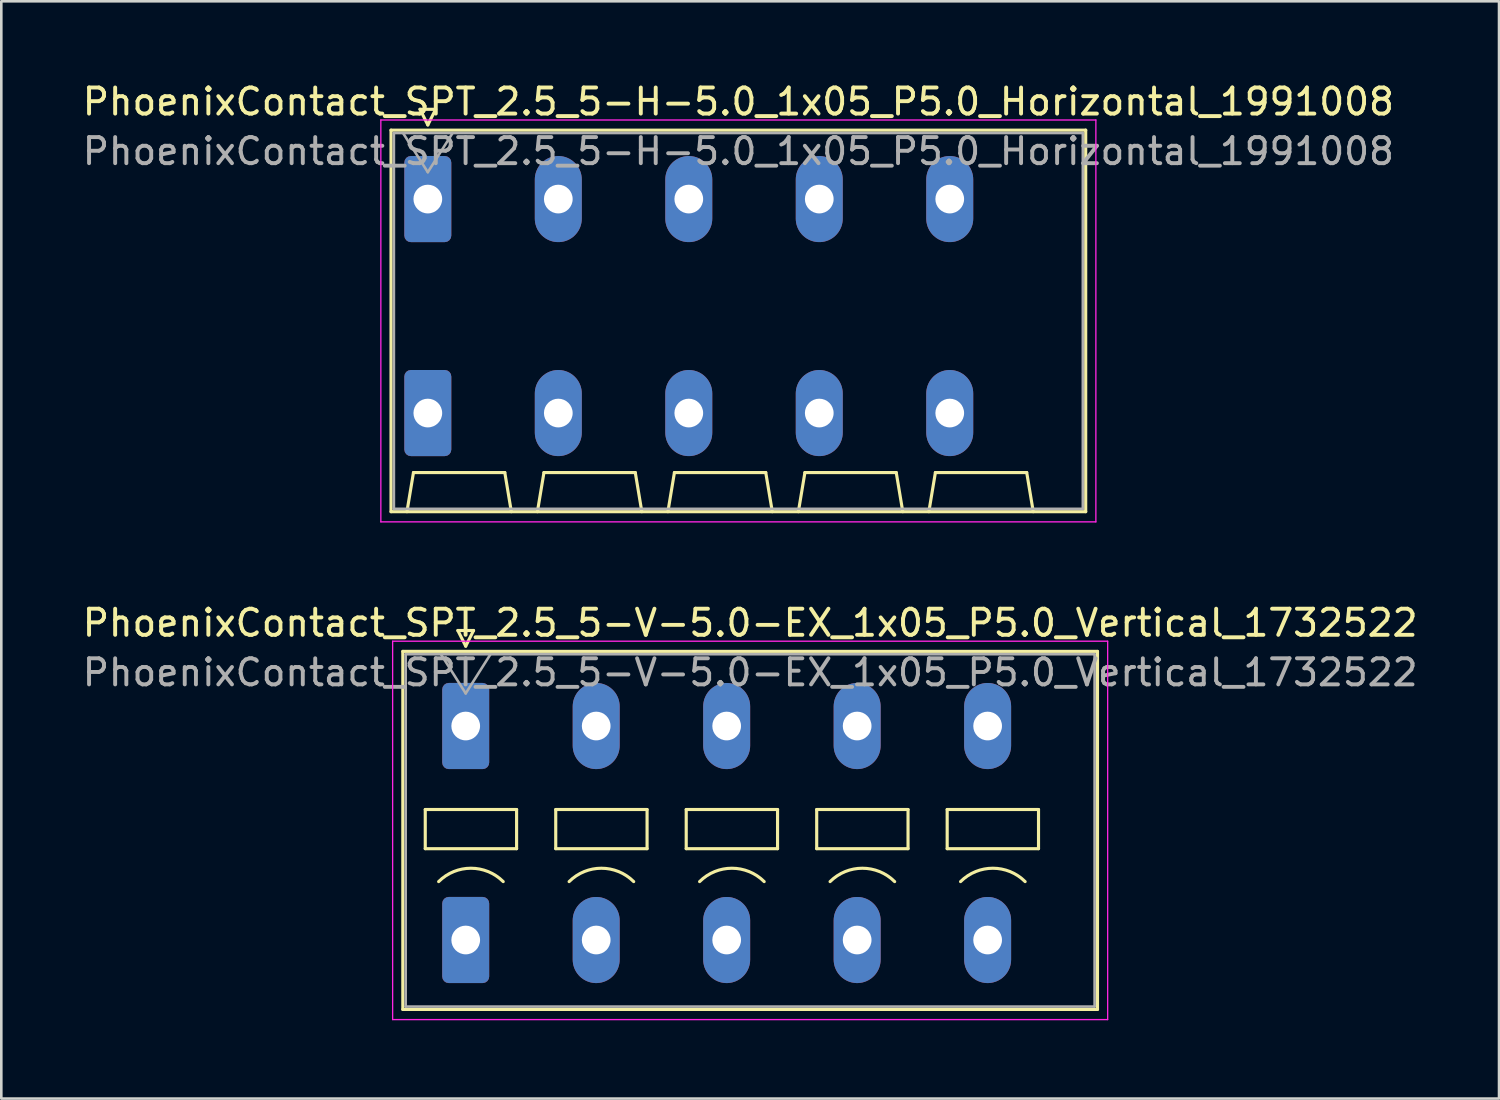
<source format=kicad_pcb>
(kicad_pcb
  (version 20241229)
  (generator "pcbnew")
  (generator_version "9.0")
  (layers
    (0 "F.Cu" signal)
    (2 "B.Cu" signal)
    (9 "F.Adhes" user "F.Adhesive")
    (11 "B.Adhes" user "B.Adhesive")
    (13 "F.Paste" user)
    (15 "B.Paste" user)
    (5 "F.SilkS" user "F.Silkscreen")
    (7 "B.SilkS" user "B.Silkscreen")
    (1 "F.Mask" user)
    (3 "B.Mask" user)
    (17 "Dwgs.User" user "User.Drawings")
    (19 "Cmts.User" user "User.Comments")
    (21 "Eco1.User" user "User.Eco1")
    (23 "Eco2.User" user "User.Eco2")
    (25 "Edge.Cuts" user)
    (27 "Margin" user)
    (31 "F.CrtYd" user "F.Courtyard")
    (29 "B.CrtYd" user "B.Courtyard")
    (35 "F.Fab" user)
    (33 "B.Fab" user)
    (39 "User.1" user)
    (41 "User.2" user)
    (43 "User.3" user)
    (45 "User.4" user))
  (footprint "PhoenixContact_SPT_2.5_5-V-5.0-EX_1x05_P5.0_Vertical_1732522"
    (layer "F.Cu")
    (at 14.796 24.771)
    (property "Reference" "PhoenixContact_SPT_2.5_5-V-5.0-EX_1x05_P5.0_Vertical_1732522" (at 10.9 -3.95 0) (layer "F.SilkS") (effects (font (size 1 1) (thickness 0.15))))
    (attr through_hole)
    (fp_line (start -2.41 -2.86) (end 24.21 -2.86) (stroke (width 0.12) (type solid)) (layer "F.SilkS"))
    (fp_line (start -2.41 10.86) (end -2.41 -2.86) (stroke (width 0.12) (type solid)) (layer "F.SilkS"))
    (fp_line (start -1.55 3.2) (end -1.55 4.7) (stroke (width 0.12) (type solid)) (layer "F.SilkS"))
    (fp_line (start -1.55 4.7) (end 1.95 4.7) (stroke (width 0.12) (type solid)) (layer "F.SilkS"))
    (fp_line (start -0.3 -3.66) (end 0 -3.06) (stroke (width 0.12) (type solid)) (layer "F.SilkS"))
    (fp_line (start -0.3 -3.66) (end 0.3 -3.66) (stroke (width 0.12) (type solid)) (layer "F.SilkS"))
    (fp_line (start 0.3 -3.66) (end 0 -3.06) (stroke (width 0.12) (type solid)) (layer "F.SilkS"))
    (fp_line (start 1.95 3.2) (end -1.55 3.2) (stroke (width 0.12) (type solid)) (layer "F.SilkS"))
    (fp_line (start 1.95 4.7) (end 1.95 3.2) (stroke (width 0.12) (type solid)) (layer "F.SilkS"))
    (fp_line (start 3.45 3.2) (end 3.45 4.7) (stroke (width 0.12) (type solid)) (layer "F.SilkS"))
    (fp_line (start 3.45 4.7) (end 6.95 4.7) (stroke (width 0.12) (type solid)) (layer "F.SilkS"))
    (fp_line (start 6.95 3.2) (end 3.45 3.2) (stroke (width 0.12) (type solid)) (layer "F.SilkS"))
    (fp_line (start 6.95 4.7) (end 6.95 3.2) (stroke (width 0.12) (type solid)) (layer "F.SilkS"))
    (fp_line (start 8.45 3.2) (end 8.45 4.7) (stroke (width 0.12) (type solid)) (layer "F.SilkS"))
    (fp_line (start 8.45 4.7) (end 11.95 4.7) (stroke (width 0.12) (type solid)) (layer "F.SilkS"))
    (fp_line (start 11.95 3.2) (end 8.45 3.2) (stroke (width 0.12) (type solid)) (layer "F.SilkS"))
    (fp_line (start 11.95 4.7) (end 11.95 3.2) (stroke (width 0.12) (type solid)) (layer "F.SilkS"))
    (fp_line (start 13.45 3.2) (end 13.45 4.7) (stroke (width 0.12) (type solid)) (layer "F.SilkS"))
    (fp_line (start 13.45 4.7) (end 16.95 4.7) (stroke (width 0.12) (type solid)) (layer "F.SilkS"))
    (fp_line (start 16.95 3.2) (end 13.45 3.2) (stroke (width 0.12) (type solid)) (layer "F.SilkS"))
    (fp_line (start 16.95 4.7) (end 16.95 3.2) (stroke (width 0.12) (type solid)) (layer "F.SilkS"))
    (fp_line (start 18.45 3.2) (end 18.45 4.7) (stroke (width 0.12) (type solid)) (layer "F.SilkS"))
    (fp_line (start 18.45 4.7) (end 21.95 4.7) (stroke (width 0.12) (type solid)) (layer "F.SilkS"))
    (fp_line (start 21.95 3.2) (end 18.45 3.2) (stroke (width 0.12) (type solid)) (layer "F.SilkS"))
    (fp_line (start 21.95 4.7) (end 21.95 3.2) (stroke (width 0.12) (type solid)) (layer "F.SilkS"))
    (fp_line (start 24.21 -2.86) (end 24.21 10.86) (stroke (width 0.12) (type solid)) (layer "F.SilkS"))
    (fp_line (start 24.21 10.86) (end -2.41 10.86) (stroke (width 0.12) (type solid)) (layer "F.SilkS"))
    (fp_arc (start -1.037437 5.962563) (mid 0.2 5.45) (end 1.437437 5.962563) (stroke (width 0.12) (type solid)) (layer "F.SilkS"))
    (fp_arc (start 3.962563 5.962563) (mid 5.2 5.45) (end 6.437437 5.962563) (stroke (width 0.12) (type solid)) (layer "F.SilkS"))
    (fp_arc (start 8.962563 5.962563) (mid 10.2 5.45) (end 11.437437 5.962563) (stroke (width 0.12) (type solid)) (layer "F.SilkS"))
    (fp_arc (start 13.962563 5.962563) (mid 15.2 5.45) (end 16.437437 5.962563) (stroke (width 0.12) (type solid)) (layer "F.SilkS"))
    (fp_arc (start 18.962563 5.962563) (mid 20.2 5.45) (end 21.437437 5.962563) (stroke (width 0.12) (type solid)) (layer "F.SilkS"))
    (fp_line (start -2.8 -3.25) (end -2.8 11.25) (stroke (width 0.05) (type solid)) (layer "F.CrtYd"))
    (fp_line (start -2.8 11.25) (end 24.6 11.25) (stroke (width 0.05) (type solid)) (layer "F.CrtYd"))
    (fp_line (start 24.6 -3.25) (end -2.8 -3.25) (stroke (width 0.05) (type solid)) (layer "F.CrtYd"))
    (fp_line (start 24.6 11.25) (end 24.6 -3.25) (stroke (width 0.05) (type solid)) (layer "F.CrtYd"))
    (fp_line (start -2.3 -2.75) (end -2.3 10.75) (stroke (width 0.1) (type solid)) (layer "F.Fab"))
    (fp_line (start -2.3 10.75) (end 24.1 10.75) (stroke (width 0.1) (type solid)) (layer "F.Fab"))
    (fp_line (start -0.95 -2.75) (end 0 -1.25) (stroke (width 0.1) (type solid)) (layer "F.Fab"))
    (fp_line (start 0.95 -2.75) (end 0 -1.25) (stroke (width 0.1) (type solid)) (layer "F.Fab"))
    (fp_line (start 24.1 -2.75) (end -2.3 -2.75) (stroke (width 0.1) (type solid)) (layer "F.Fab"))
    (fp_line (start 24.1 10.75) (end 24.1 -2.75) (stroke (width 0.1) (type solid)) (layer "F.Fab"))
    (fp_text user "${REFERENCE}" (at 10.9 -2.05 0) (layer "F.Fab") (effects (font (size 1 1) (thickness 0.15))))
    (pad "1" thru_hole roundrect (at 0 0) (size 1.8 3.3) (drill 1.1) (layers "*.Cu" "*.Mask") (roundrect_rratio 0.139))
    (pad "1" thru_hole roundrect (at 0 8.2) (size 1.8 3.3) (drill 1.1) (layers "*.Cu" "*.Mask") (roundrect_rratio 0.139))
    (pad "2" thru_hole oval (at 5 0) (size 1.8 3.3) (drill 1.1) (layers "*.Cu" "*.Mask"))
    (pad "2" thru_hole oval (at 5 8.2) (size 1.8 3.3) (drill 1.1) (layers "*.Cu" "*.Mask"))
    (pad "3" thru_hole oval (at 10 0) (size 1.8 3.3) (drill 1.1) (layers "*.Cu" "*.Mask"))
    (pad "3" thru_hole oval (at 10 8.2) (size 1.8 3.3) (drill 1.1) (layers "*.Cu" "*.Mask"))
    (pad "4" thru_hole oval (at 15 0) (size 1.8 3.3) (drill 1.1) (layers "*.Cu" "*.Mask"))
    (pad "4" thru_hole oval (at 15 8.2) (size 1.8 3.3) (drill 1.1) (layers "*.Cu" "*.Mask"))
    (pad "5" thru_hole oval (at 20 0) (size 1.8 3.3) (drill 1.1) (layers "*.Cu" "*.Mask"))
    (pad "5" thru_hole oval (at 20 8.2) (size 1.8 3.3) (drill 1.1) (layers "*.Cu" "*.Mask")))
  (footprint "PhoenixContact_SPT_2.5_5-H-5.0_1x05_P5.0_Horizontal_1991008"
    (layer "F.Cu")
    (at 13.344 4.578)
    (property "Reference" "PhoenixContact_SPT_2.5_5-H-5.0_1x05_P5.0_Horizontal_1991008" (at 11.9 -3.73 0) (layer "F.SilkS") (effects (font (size 1 1) (thickness 0.15))))
    (attr through_hole)
    (fp_line (start -1.41 -2.64) (end 25.21 -2.64) (stroke (width 0.12) (type solid)) (layer "F.SilkS"))
    (fp_line (start -1.41 11.98) (end -1.41 -2.64) (stroke (width 0.12) (type solid)) (layer "F.SilkS"))
    (fp_line (start -0.8 11.98) (end -0.55 10.48) (stroke (width 0.12) (type solid)) (layer "F.SilkS"))
    (fp_line (start -0.55 10.48) (end 2.95 10.48) (stroke (width 0.12) (type solid)) (layer "F.SilkS"))
    (fp_line (start -0.3 -3.44) (end 0 -2.84) (stroke (width 0.12) (type solid)) (layer "F.SilkS"))
    (fp_line (start -0.3 -3.44) (end 0.3 -3.44) (stroke (width 0.12) (type solid)) (layer "F.SilkS"))
    (fp_line (start 0.3 -3.44) (end 0 -2.84) (stroke (width 0.12) (type solid)) (layer "F.SilkS"))
    (fp_line (start 3.2 11.98) (end 2.95 10.48) (stroke (width 0.12) (type solid)) (layer "F.SilkS"))
    (fp_line (start 4.2 11.98) (end 4.45 10.48) (stroke (width 0.12) (type solid)) (layer "F.SilkS"))
    (fp_line (start 4.45 10.48) (end 7.95 10.48) (stroke (width 0.12) (type solid)) (layer "F.SilkS"))
    (fp_line (start 8.2 11.98) (end 7.95 10.48) (stroke (width 0.12) (type solid)) (layer "F.SilkS"))
    (fp_line (start 9.2 11.98) (end 9.45 10.48) (stroke (width 0.12) (type solid)) (layer "F.SilkS"))
    (fp_line (start 9.45 10.48) (end 12.95 10.48) (stroke (width 0.12) (type solid)) (layer "F.SilkS"))
    (fp_line (start 13.2 11.98) (end 12.95 10.48) (stroke (width 0.12) (type solid)) (layer "F.SilkS"))
    (fp_line (start 14.2 11.98) (end 14.45 10.48) (stroke (width 0.12) (type solid)) (layer "F.SilkS"))
    (fp_line (start 14.45 10.48) (end 17.95 10.48) (stroke (width 0.12) (type solid)) (layer "F.SilkS"))
    (fp_line (start 18.2 11.98) (end 17.95 10.48) (stroke (width 0.12) (type solid)) (layer "F.SilkS"))
    (fp_line (start 19.2 11.98) (end 19.45 10.48) (stroke (width 0.12) (type solid)) (layer "F.SilkS"))
    (fp_line (start 19.45 10.48) (end 22.95 10.48) (stroke (width 0.12) (type solid)) (layer "F.SilkS"))
    (fp_line (start 23.2 11.98) (end 22.95 10.48) (stroke (width 0.12) (type solid)) (layer "F.SilkS"))
    (fp_line (start 25.21 -2.64) (end 25.21 11.98) (stroke (width 0.12) (type solid)) (layer "F.SilkS"))
    (fp_line (start 25.21 11.98) (end -1.41 11.98) (stroke (width 0.12) (type solid)) (layer "F.SilkS"))
    (fp_line (start -1.8 -3.03) (end -1.8 12.37) (stroke (width 0.05) (type solid)) (layer "F.CrtYd"))
    (fp_line (start -1.8 12.37) (end 25.6 12.37) (stroke (width 0.05) (type solid)) (layer "F.CrtYd"))
    (fp_line (start 25.6 -3.03) (end -1.8 -3.03) (stroke (width 0.05) (type solid)) (layer "F.CrtYd"))
    (fp_line (start 25.6 12.37) (end 25.6 -3.03) (stroke (width 0.05) (type solid)) (layer "F.CrtYd"))
    (fp_line (start -1.3 -2.53) (end -1.3 11.87) (stroke (width 0.1) (type solid)) (layer "F.Fab"))
    (fp_line (start -1.3 11.87) (end 25.1 11.87) (stroke (width 0.1) (type solid)) (layer "F.Fab"))
    (fp_line (start -0.95 -2.53) (end 0 -1.03) (stroke (width 0.1) (type solid)) (layer "F.Fab"))
    (fp_line (start 0.95 -2.53) (end 0 -1.03) (stroke (width 0.1) (type solid)) (layer "F.Fab"))
    (fp_line (start 25.1 -2.53) (end -1.3 -2.53) (stroke (width 0.1) (type solid)) (layer "F.Fab"))
    (fp_line (start 25.1 11.87) (end 25.1 -2.53) (stroke (width 0.1) (type solid)) (layer "F.Fab"))
    (fp_text user "${REFERENCE}" (at 11.9 -1.83 0) (layer "F.Fab") (effects (font (size 1 1) (thickness 0.15))))
    (pad "1" thru_hole roundrect (at 0 0) (size 1.8 3.3) (drill 1.1) (layers "*.Cu" "*.Mask") (roundrect_rratio 0.139))
    (pad "1" thru_hole roundrect (at 0 8.2) (size 1.8 3.3) (drill 1.1) (layers "*.Cu" "*.Mask") (roundrect_rratio 0.139))
    (pad "2" thru_hole oval (at 5 0) (size 1.8 3.3) (drill 1.1) (layers "*.Cu" "*.Mask"))
    (pad "2" thru_hole oval (at 5 8.2) (size 1.8 3.3) (drill 1.1) (layers "*.Cu" "*.Mask"))
    (pad "3" thru_hole oval (at 10 0) (size 1.8 3.3) (drill 1.1) (layers "*.Cu" "*.Mask"))
    (pad "3" thru_hole oval (at 10 8.2) (size 1.8 3.3) (drill 1.1) (layers "*.Cu" "*.Mask"))
    (pad "4" thru_hole oval (at 15 0) (size 1.8 3.3) (drill 1.1) (layers "*.Cu" "*.Mask"))
    (pad "4" thru_hole oval (at 15 8.2) (size 1.8 3.3) (drill 1.1) (layers "*.Cu" "*.Mask"))
    (pad "5" thru_hole oval (at 20 0) (size 1.8 3.3) (drill 1.1) (layers "*.Cu" "*.Mask"))
    (pad "5" thru_hole oval (at 20 8.2) (size 1.8 3.3) (drill 1.1) (layers "*.Cu" "*.Mask")))
  (gr_rect
    (start -3 -3)
    (end 54.393 39.047)
    (stroke (width 0.1) (type default))
    (fill no)
    (layer "Edge.Cuts")))
</source>
